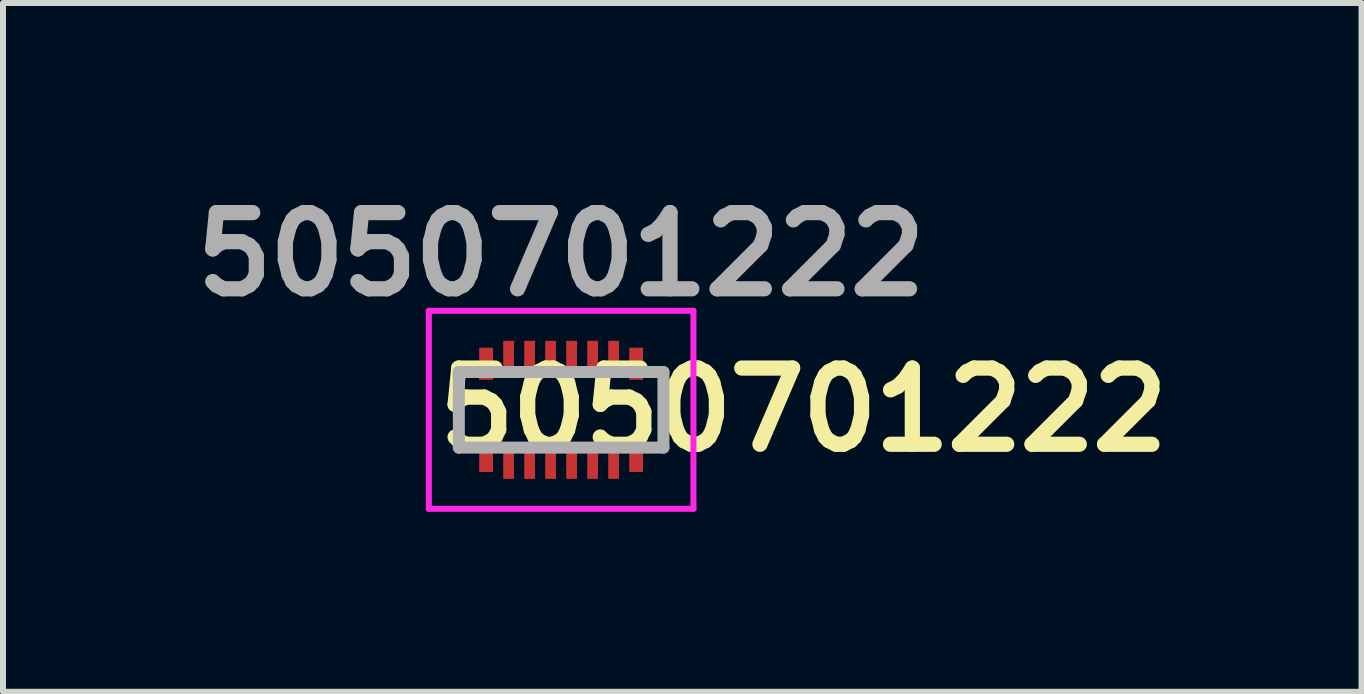
<source format=kicad_pcb>
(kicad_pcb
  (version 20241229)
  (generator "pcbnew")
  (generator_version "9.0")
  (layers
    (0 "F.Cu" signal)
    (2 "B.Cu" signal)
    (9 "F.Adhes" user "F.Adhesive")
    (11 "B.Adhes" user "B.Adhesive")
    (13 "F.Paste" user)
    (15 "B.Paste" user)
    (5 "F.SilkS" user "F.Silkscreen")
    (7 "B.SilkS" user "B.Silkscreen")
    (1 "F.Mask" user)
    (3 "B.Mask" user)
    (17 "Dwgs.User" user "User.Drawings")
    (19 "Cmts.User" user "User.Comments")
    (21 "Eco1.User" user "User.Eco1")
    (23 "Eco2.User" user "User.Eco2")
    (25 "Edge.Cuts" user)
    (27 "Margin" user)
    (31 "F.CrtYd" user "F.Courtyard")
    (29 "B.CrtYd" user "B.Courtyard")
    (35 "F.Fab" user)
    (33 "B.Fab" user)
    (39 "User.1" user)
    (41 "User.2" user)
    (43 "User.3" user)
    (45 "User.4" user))
  (footprint "5050701222"
    (layer "F.Cu")
    (at 6.302 3.78)
    (property "Reference" "5050701222" (at 4.039 0 0) (layer "F.SilkS") (effects (font (size 1.27 1.27) (thickness 0.254))))
    (attr smd)
    (fp_line (start -1.705 -0.63) (end -1.705 0.63) (stroke (width 0.1) (type solid)) (layer "F.SilkS"))
    (fp_line (start -1.705 0.63) (end -1.6 0.63) (stroke (width 0.1) (type solid)) (layer "F.SilkS"))
    (fp_line (start -1.6 -0.63) (end -1.705 -0.63) (stroke (width 0.1) (type solid)) (layer "F.SilkS"))
    (fp_line (start 1.6 -0.63) (end 1.705 -0.63) (stroke (width 0.1) (type solid)) (layer "F.SilkS"))
    (fp_line (start 1.705 -0.63) (end 1.705 0.63) (stroke (width 0.1) (type solid)) (layer "F.SilkS"))
    (fp_line (start 1.705 0.63) (end 1.6 0.63) (stroke (width 0.1) (type solid)) (layer "F.SilkS"))
    (fp_line (start -2.205 -1.65) (end 2.205 -1.65) (stroke (width 0.1) (type solid)) (layer "F.CrtYd"))
    (fp_line (start -2.205 1.65) (end -2.205 -1.65) (stroke (width 0.1) (type solid)) (layer "F.CrtYd"))
    (fp_line (start 2.205 -1.65) (end 2.205 1.65) (stroke (width 0.1) (type solid)) (layer "F.CrtYd"))
    (fp_line (start 2.205 1.65) (end -2.205 1.65) (stroke (width 0.1) (type solid)) (layer "F.CrtYd"))
    (fp_line (start -1.705 -0.63) (end 1.705 -0.63) (stroke (width 0.2) (type solid)) (layer "F.Fab"))
    (fp_line (start -1.705 0.63) (end -1.705 -0.63) (stroke (width 0.2) (type solid)) (layer "F.Fab"))
    (fp_line (start 1.705 -0.63) (end 1.705 0.63) (stroke (width 0.2) (type solid)) (layer "F.Fab"))
    (fp_line (start 1.705 0.63) (end -1.705 0.63) (stroke (width 0.2) (type solid)) (layer "F.Fab"))
    (fp_text user "${REFERENCE}" (at 0 -2.591 0) (layer "F.Fab") (effects (font (size 1.27 1.27) (thickness 0.254))))
    (pad "1" smd rect (at -0.875 0.908) (size 0.18 0.485) (layers "F.Cu" "F.Mask" "F.Paste"))
    (pad "2" smd rect (at -0.875 -0.907) (size 0.18 0.485) (layers "F.Cu" "F.Mask" "F.Paste"))
    (pad "3" smd rect (at -0.525 0.908) (size 0.18 0.485) (layers "F.Cu" "F.Mask" "F.Paste"))
    (pad "4" smd rect (at -0.525 -0.907) (size 0.18 0.485) (layers "F.Cu" "F.Mask" "F.Paste"))
    (pad "5" smd rect (at -0.175 0.908) (size 0.18 0.485) (layers "F.Cu" "F.Mask" "F.Paste"))
    (pad "6" smd rect (at -0.175 -0.907) (size 0.18 0.485) (layers "F.Cu" "F.Mask" "F.Paste"))
    (pad "7" smd rect (at 0.175 0.908) (size 0.18 0.485) (layers "F.Cu" "F.Mask" "F.Paste"))
    (pad "8" smd rect (at 0.175 -0.907) (size 0.18 0.485) (layers "F.Cu" "F.Mask" "F.Paste"))
    (pad "9" smd rect (at 0.525 0.908) (size 0.18 0.485) (layers "F.Cu" "F.Mask" "F.Paste"))
    (pad "10" smd rect (at 0.525 -0.907) (size 0.18 0.485) (layers "F.Cu" "F.Mask" "F.Paste"))
    (pad "11" smd rect (at 0.875 0.908) (size 0.18 0.485) (layers "F.Cu" "F.Mask" "F.Paste"))
    (pad "12" smd rect (at 0.875 -0.907) (size 0.18 0.485) (layers "F.Cu" "F.Mask" "F.Paste"))
    (pad "MP1" smd rect (at -1.25 0.768) (size 0.23 0.535) (layers "F.Cu" "F.Mask" "F.Paste"))
    (pad "MP2" smd rect (at -1.25 -0.768) (size 0.23 0.535) (layers "F.Cu" "F.Mask" "F.Paste"))
    (pad "MP3" smd rect (at 1.25 0.768) (size 0.23 0.535) (layers "F.Cu" "F.Mask" "F.Paste"))
    (pad "MP4" smd rect (at 1.25 -0.768) (size 0.23 0.535) (layers "F.Cu" "F.Mask" "F.Paste")))
  (gr_rect
    (start -3 -3)
    (end 19.642 8.48)
    (stroke (width 0.1) (type default))
    (fill no)
    (layer "Edge.Cuts")))
</source>
